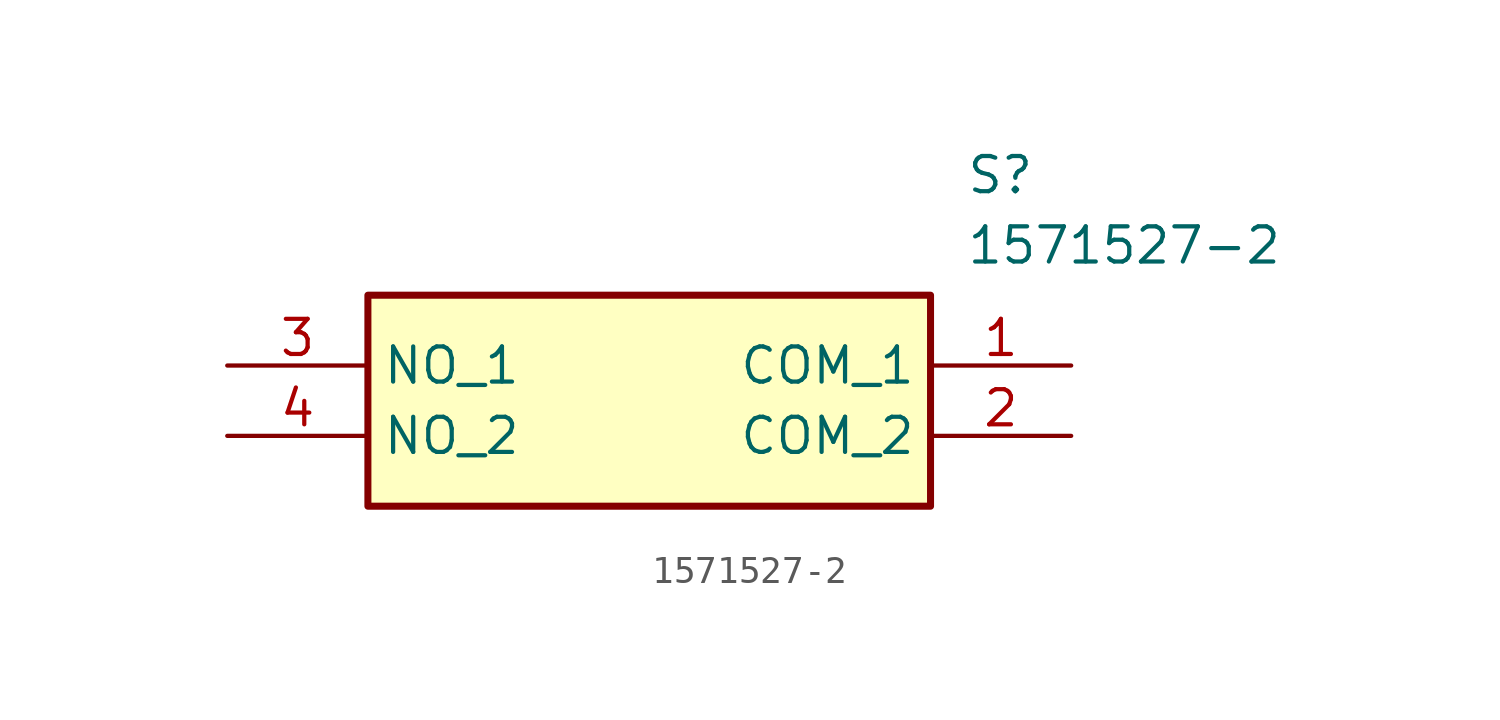
<source format=kicad_sym>
(kicad_symbol_lib
  (version 20211014)
  (generator SamacSys_ECAD_Model)
  (symbol "1571527-2"
    (property "Reference" "S"
      (at 26.67 7.62 0)
      (effects (font (size 1.27 1.27)) (justify left top)))
    (property "Value" "1571527-2"
      (at 26.67 5.08 0)
      (effects (font (size 1.27 1.27)) (justify left top)))
    (rectangle
      (start 5.08 2.54)
      (end 25.4 -5.08)
      (stroke (width 0.254) (type default))
      (fill (type background)))
    (pin passive line
      (at 30.48 0 180)
      (length 5.08)
      (name "COM_1" (effects (font (size 1.27 1.27))))
      (number "1" (effects (font (size 1.27 1.27)))))
    (pin passive line
      (at 30.48 -2.54 180)
      (length 5.08)
      (name "COM_2" (effects (font (size 1.27 1.27))))
      (number "2" (effects (font (size 1.27 1.27)))))
    (pin passive line
      (at 0 0 0)
      (length 5.08)
      (name "NO_1" (effects (font (size 1.27 1.27))))
      (number "3" (effects (font (size 1.27 1.27)))))
    (pin passive line
      (at 0 -2.54 0)
      (length 5.08)
      (name "NO_2" (effects (font (size 1.27 1.27))))
      (number "4" (effects (font (size 1.27 1.27)))))))
</source>
